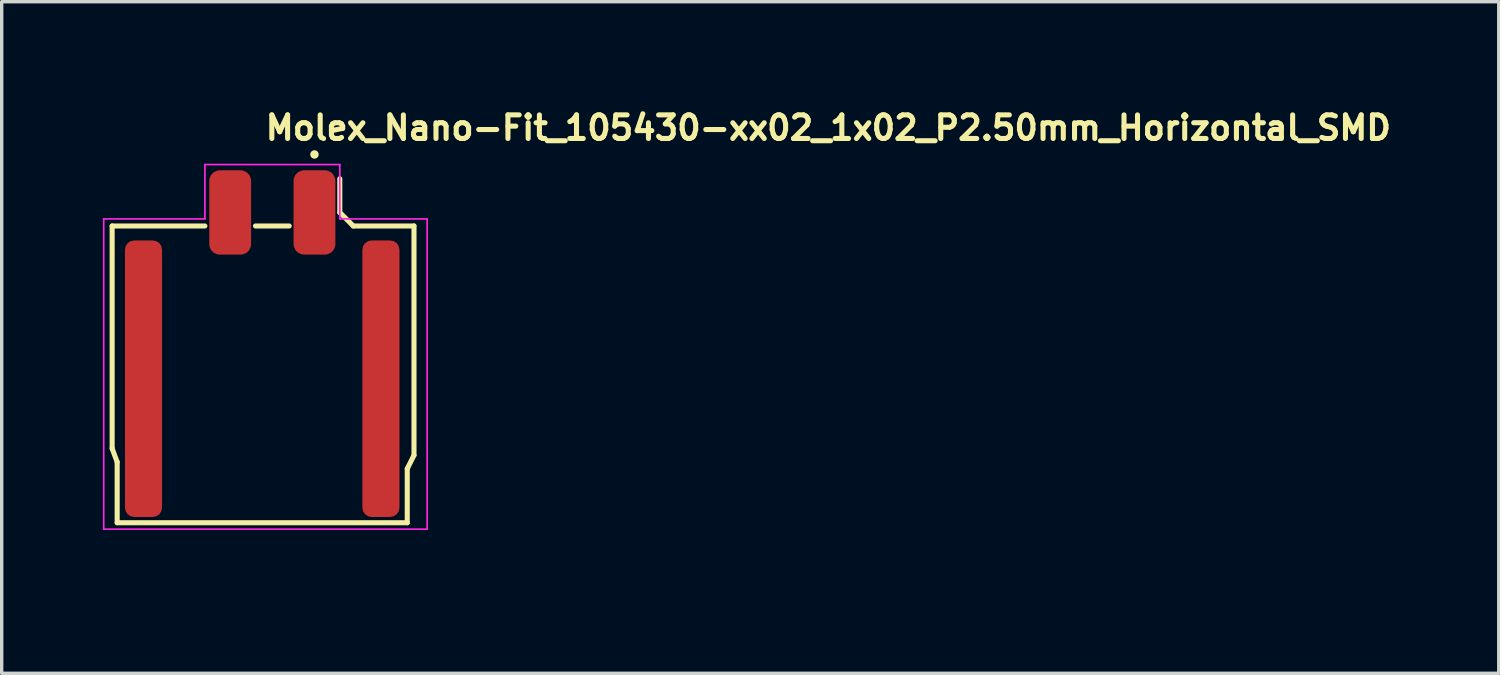
<source format=kicad_pcb>
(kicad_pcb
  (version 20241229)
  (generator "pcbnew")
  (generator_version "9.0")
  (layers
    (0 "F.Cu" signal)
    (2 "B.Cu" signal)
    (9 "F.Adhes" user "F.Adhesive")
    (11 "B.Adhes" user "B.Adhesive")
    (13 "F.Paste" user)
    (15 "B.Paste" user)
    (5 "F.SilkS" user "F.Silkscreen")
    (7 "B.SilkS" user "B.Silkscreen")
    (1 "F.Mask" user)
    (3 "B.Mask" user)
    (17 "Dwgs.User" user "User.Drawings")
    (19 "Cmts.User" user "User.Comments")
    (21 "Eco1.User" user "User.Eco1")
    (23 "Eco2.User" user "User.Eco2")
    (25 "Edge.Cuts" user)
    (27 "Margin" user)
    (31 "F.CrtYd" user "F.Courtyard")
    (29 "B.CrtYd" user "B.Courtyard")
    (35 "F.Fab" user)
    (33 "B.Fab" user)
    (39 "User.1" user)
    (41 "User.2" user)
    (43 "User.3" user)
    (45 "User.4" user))
  (footprint "Molex_Nano-Fit_105430-xx02_1x02_P2.50mm_Horizontal_SMD"
    (layer "F.Cu")
    (at 4.745 8.15)
    (property "Reference" "Molex_Nano-Fit_105430-xx02_1x02_P2.50mm_Horizontal_SMD" (at 0 -7 0) (layer "F.SilkS") (effects (font (size 0.7 0.7) (thickness 0.15)) (justify left bottom)))
    (attr smd)
    (fp_line (start -4.47 -4.5) (end -4.47 2.099) (stroke (width 0.15) (type solid)) (layer "F.SilkS"))
    (fp_line (start -4.47 2.099) (end -4.321 2.499) (stroke (width 0.15) (type solid)) (layer "F.SilkS"))
    (fp_line (start -4.321 2.499) (end -4.321 4.299) (stroke (width 0.15) (type solid)) (layer "F.SilkS"))
    (fp_line (start -4.321 4.299) (end 4.28 4.299) (stroke (width 0.15) (type solid)) (layer "F.SilkS"))
    (fp_line (start -1.72 -4.5) (end -4.47 -4.5) (stroke (width 0.15) (type solid)) (layer "F.SilkS"))
    (fp_line (start -0.22 -4.5) (end 0.78 -4.5) (stroke (width 0.15) (type solid)) (layer "F.SilkS"))
    (fp_line (start 2.28 -4.901) (end 2.28 -5.901) (stroke (width 0.15) (type solid)) (layer "F.SilkS"))
    (fp_line (start 2.28 -4.901) (end 2.68 -4.5) (stroke (width 0.15) (type solid)) (layer "F.SilkS"))
    (fp_line (start 4.28 2.698) (end 4.28 4.299) (stroke (width 0.15) (type solid)) (layer "F.SilkS"))
    (fp_line (start 4.48 -4.5) (end 2.68 -4.5) (stroke (width 0.15) (type solid)) (layer "F.SilkS"))
    (fp_line (start 4.48 2.298) (end 4.28 2.698) (stroke (width 0.15) (type solid)) (layer "F.SilkS"))
    (fp_line (start 4.48 2.298) (end 4.48 -4.5) (stroke (width 0.15) (type solid)) (layer "F.SilkS"))
    (fp_circle (center 1.529 -6.62) (end 1.579 -6.62) (stroke (width 0.15) (type solid)) (fill yes) (layer "F.SilkS"))
    (fp_line (start -4.72 -4.71) (end -1.72 -4.71) (stroke (width 0.05) (type solid)) (layer "F.CrtYd"))
    (fp_line (start -4.72 4.49) (end -4.72 -4.71) (stroke (width 0.05) (type solid)) (layer "F.CrtYd"))
    (fp_line (start -1.72 -4.71) (end -1.72 -6.32) (stroke (width 0.05) (type solid)) (layer "F.CrtYd"))
    (fp_line (start 2.28 -6.32) (end -1.72 -6.32) (stroke (width 0.05) (type solid)) (layer "F.CrtYd"))
    (fp_line (start 2.28 -6.32) (end 2.28 -4.71) (stroke (width 0.05) (type solid)) (layer "F.CrtYd"))
    (fp_line (start 2.28 -4.71) (end 4.87 -4.71) (stroke (width 0.05) (type solid)) (layer "F.CrtYd"))
    (fp_line (start 4.87 4.49) (end -4.72 4.49) (stroke (width 0.05) (type solid)) (layer "F.CrtYd"))
    (fp_line (start 4.87 4.49) (end 4.87 -4.71) (stroke (width 0.05) (type solid)) (layer "F.CrtYd"))
    (fp_rect (start -4.372 -5.715) (end 4.37 5.714) (stroke (width 0.1) (type solid)) (fill no) (layer "User.5"))
    (fp_line (start -4.372 -4.436) (end -4.372 2.253) (stroke (width 0.02) (type solid)) (layer "User.9"))
    (fp_line (start -4.372 2.253) (end -3.371 4.254) (stroke (width 0.02) (type solid)) (layer "User.9"))
    (fp_line (start -3.871 -4.436) (end -4.372 -4.436) (stroke (width 0.02) (type solid)) (layer "User.9"))
    (fp_line (start -3.871 -3.436) (end -3.871 -4.436) (stroke (width 0.02) (type solid)) (layer "User.9"))
    (fp_line (start -3.77 -4.436) (end -3.77 -4.287) (stroke (width 0.02) (type solid)) (layer "User.9"))
    (fp_line (start -3.77 -4.287) (end -3.77 -3.436) (stroke (width 0.02) (type solid)) (layer "User.9"))
    (fp_line (start -3.77 3.454) (end -3.77 3.704) (stroke (width 0.02) (type solid)) (layer "User.9"))
    (fp_line (start -3.77 3.704) (end -3.77 3.987) (stroke (width 0.02) (type solid)) (layer "User.9"))
    (fp_line (start -3.77 3.987) (end -3.77 3.987) (stroke (width 0.02) (type solid)) (layer "User.9"))
    (fp_line (start -3.77 3.987) (end -3.77 4.105) (stroke (width 0.02) (type solid)) (layer "User.9"))
    (fp_line (start -3.446 4.105) (end -3.77 4.105) (stroke (width 0.02) (type solid)) (layer "User.9"))
    (fp_line (start -3.446 4.105) (end -3.77 4.105) (stroke (width 0.02) (type solid)) (layer "User.9"))
    (fp_line (start -3.371 4.254) (end -2.701 4.254) (stroke (width 0.02) (type solid)) (layer "User.9"))
    (fp_line (start -3.27 -4.436) (end -3.77 -4.436) (stroke (width 0.02) (type solid)) (layer "User.9"))
    (fp_line (start -3.27 -4.436) (end -3.27 -4.287) (stroke (width 0.02) (type solid)) (layer "User.9"))
    (fp_line (start -3.27 -4.287) (end -3.77 -4.287) (stroke (width 0.02) (type solid)) (layer "User.9"))
    (fp_line (start -3.27 -4.287) (end -3.27 -3.436) (stroke (width 0.02) (type solid)) (layer "User.9"))
    (fp_line (start -3.17 -3.436) (end -3.871 -3.436) (stroke (width 0.02) (type solid)) (layer "User.9"))
    (fp_line (start -3.17 -3.436) (end -3.17 -4.436) (stroke (width 0.02) (type solid)) (layer "User.9"))
    (fp_line (start -2.5 -2.255) (end -2.5 -2.246) (stroke (width 0.02) (type solid)) (layer "User.9"))
    (fp_line (start -2.5 -2.255) (end -2.499 -2.266) (stroke (width 0.02) (type solid)) (layer "User.9"))
    (fp_line (start -2.5 -2.246) (end -2.5 -2.255) (stroke (width 0.02) (type solid)) (layer "User.9"))
    (fp_line (start -2.5 -2.246) (end -2.5 -2.237) (stroke (width 0.02) (type solid)) (layer "User.9"))
    (fp_line (start -2.5 -2.237) (end -2.5 -2.246) (stroke (width 0.02) (type solid)) (layer "User.9"))
    (fp_line (start -2.5 -2.237) (end -2.301 -2.237) (stroke (width 0.02) (type solid)) (layer "User.9"))
    (fp_line (start -2.5 4.254) (end -2.701 4.254) (stroke (width 0.02) (type solid)) (layer "User.9"))
    (fp_line (start -2.5 5.714) (end -2.5 -2.237) (stroke (width 0.02) (type solid)) (layer "User.9"))
    (fp_line (start -2.499 -2.266) (end -2.5 -2.255) (stroke (width 0.02) (type solid)) (layer "User.9"))
    (fp_line (start -2.499 -2.266) (end -2.497 -2.275) (stroke (width 0.02) (type solid)) (layer "User.9"))
    (fp_line (start -2.497 -2.275) (end -2.499 -2.266) (stroke (width 0.02) (type solid)) (layer "User.9"))
    (fp_line (start -2.497 -2.275) (end -2.495 -2.285) (stroke (width 0.02) (type solid)) (layer "User.9"))
    (fp_line (start -2.495 -2.285) (end -2.497 -2.275) (stroke (width 0.02) (type solid)) (layer "User.9"))
    (fp_line (start -2.495 -2.285) (end -2.492 -2.294) (stroke (width 0.02) (type solid)) (layer "User.9"))
    (fp_line (start -2.492 -2.294) (end -2.495 -2.285) (stroke (width 0.02) (type solid)) (layer "User.9"))
    (fp_line (start -2.492 -2.294) (end -2.489 -2.303) (stroke (width 0.02) (type solid)) (layer "User.9"))
    (fp_line (start -2.489 -2.303) (end -2.492 -2.294) (stroke (width 0.02) (type solid)) (layer "User.9"))
    (fp_line (start -2.489 -2.303) (end -2.485 -2.312) (stroke (width 0.02) (type solid)) (layer "User.9"))
    (fp_line (start -2.485 -2.312) (end -2.489 -2.303) (stroke (width 0.02) (type solid)) (layer "User.9"))
    (fp_line (start -2.485 -2.312) (end -2.481 -2.322) (stroke (width 0.02) (type solid)) (layer "User.9"))
    (fp_line (start -2.481 -2.322) (end -2.485 -2.312) (stroke (width 0.02) (type solid)) (layer "User.9"))
    (fp_line (start -2.481 -2.322) (end -2.477 -2.331) (stroke (width 0.02) (type solid)) (layer "User.9"))
    (fp_line (start -2.477 -2.331) (end -2.481 -2.322) (stroke (width 0.02) (type solid)) (layer "User.9"))
    (fp_line (start -2.477 -2.331) (end -2.472 -2.339) (stroke (width 0.02) (type solid)) (layer "User.9"))
    (fp_line (start -2.472 -2.339) (end -2.477 -2.331) (stroke (width 0.02) (type solid)) (layer "User.9"))
    (fp_line (start -2.472 -2.339) (end -2.468 -2.347) (stroke (width 0.02) (type solid)) (layer "User.9"))
    (fp_line (start -2.468 -2.347) (end -2.472 -2.339) (stroke (width 0.02) (type solid)) (layer "User.9"))
    (fp_line (start -2.468 -2.347) (end -2.461 -2.355) (stroke (width 0.02) (type solid)) (layer "User.9"))
    (fp_line (start -2.461 -2.355) (end -2.468 -2.347) (stroke (width 0.02) (type solid)) (layer "User.9"))
    (fp_line (start -2.461 -2.355) (end -2.456 -2.363) (stroke (width 0.02) (type solid)) (layer "User.9"))
    (fp_line (start -2.456 -2.363) (end -2.461 -2.355) (stroke (width 0.02) (type solid)) (layer "User.9"))
    (fp_line (start -2.456 -2.363) (end -2.449 -2.371) (stroke (width 0.02) (type solid)) (layer "User.9"))
    (fp_line (start -2.449 -2.371) (end -2.456 -2.363) (stroke (width 0.02) (type solid)) (layer "User.9"))
    (fp_line (start -2.449 -2.371) (end -2.443 -2.378) (stroke (width 0.02) (type solid)) (layer "User.9"))
    (fp_line (start -2.443 -2.378) (end -2.449 -2.371) (stroke (width 0.02) (type solid)) (layer "User.9"))
    (fp_line (start -2.443 -2.378) (end -2.443 -2.378) (stroke (width 0.02) (type solid)) (layer "User.9"))
    (fp_line (start -2.443 -2.378) (end -2.443 -2.378) (stroke (width 0.02) (type solid)) (layer "User.9"))
    (fp_line (start -2.443 -2.378) (end -2.436 -2.384) (stroke (width 0.02) (type solid)) (layer "User.9"))
    (fp_line (start -2.436 -2.384) (end -2.443 -2.378) (stroke (width 0.02) (type solid)) (layer "User.9"))
    (fp_line (start -2.436 -2.384) (end -2.427 -2.391) (stroke (width 0.02) (type solid)) (layer "User.9"))
    (fp_line (start -2.427 -2.391) (end -2.436 -2.384) (stroke (width 0.02) (type solid)) (layer "User.9"))
    (fp_line (start -2.427 -2.391) (end -2.419 -2.396) (stroke (width 0.02) (type solid)) (layer "User.9"))
    (fp_line (start -2.419 -2.396) (end -2.427 -2.391) (stroke (width 0.02) (type solid)) (layer "User.9"))
    (fp_line (start -2.419 -2.396) (end -2.411 -2.403) (stroke (width 0.02) (type solid)) (layer "User.9"))
    (fp_line (start -2.411 -2.403) (end -2.419 -2.396) (stroke (width 0.02) (type solid)) (layer "User.9"))
    (fp_line (start -2.411 -2.403) (end -2.403 -2.407) (stroke (width 0.02) (type solid)) (layer "User.9"))
    (fp_line (start -2.403 -2.407) (end -2.411 -2.403) (stroke (width 0.02) (type solid)) (layer "User.9"))
    (fp_line (start -2.403 -2.407) (end -2.395 -2.412) (stroke (width 0.02) (type solid)) (layer "User.9"))
    (fp_line (start -2.395 -2.412) (end -2.403 -2.407) (stroke (width 0.02) (type solid)) (layer "User.9"))
    (fp_line (start -2.395 -2.412) (end -2.387 -2.416) (stroke (width 0.02) (type solid)) (layer "User.9"))
    (fp_line (start -2.387 -2.416) (end -2.395 -2.412) (stroke (width 0.02) (type solid)) (layer "User.9"))
    (fp_line (start -2.387 -2.416) (end -2.378 -2.42) (stroke (width 0.02) (type solid)) (layer "User.9"))
    (fp_line (start -2.378 -2.42) (end -2.387 -2.416) (stroke (width 0.02) (type solid)) (layer "User.9"))
    (fp_line (start -2.378 -2.42) (end -2.368 -2.424) (stroke (width 0.02) (type solid)) (layer "User.9"))
    (fp_line (start -2.368 -2.424) (end -2.378 -2.42) (stroke (width 0.02) (type solid)) (layer "User.9"))
    (fp_line (start -2.368 -2.424) (end -2.359 -2.427) (stroke (width 0.02) (type solid)) (layer "User.9"))
    (fp_line (start -2.359 -2.427) (end -2.368 -2.424) (stroke (width 0.02) (type solid)) (layer "User.9"))
    (fp_line (start -2.359 -2.427) (end -2.35 -2.43) (stroke (width 0.02) (type solid)) (layer "User.9"))
    (fp_line (start -2.35 -2.43) (end -2.359 -2.427) (stroke (width 0.02) (type solid)) (layer "User.9"))
    (fp_line (start -2.35 -2.43) (end -2.34 -2.432) (stroke (width 0.02) (type solid)) (layer "User.9"))
    (fp_line (start -2.34 -2.432) (end -2.35 -2.43) (stroke (width 0.02) (type solid)) (layer "User.9"))
    (fp_line (start -2.34 -2.432) (end -2.331 -2.433) (stroke (width 0.02) (type solid)) (layer "User.9"))
    (fp_line (start -2.331 -2.433) (end -2.34 -2.432) (stroke (width 0.02) (type solid)) (layer "User.9"))
    (fp_line (start -2.331 -2.433) (end -2.32 -2.436) (stroke (width 0.02) (type solid)) (layer "User.9"))
    (fp_line (start -2.32 -2.436) (end -2.331 -2.433) (stroke (width 0.02) (type solid)) (layer "User.9"))
    (fp_line (start -2.32 -2.436) (end -2.311 -2.436) (stroke (width 0.02) (type solid)) (layer "User.9"))
    (fp_line (start -2.311 -2.436) (end -2.32 -2.436) (stroke (width 0.02) (type solid)) (layer "User.9"))
    (fp_line (start -2.311 -2.436) (end -2.301 -2.436) (stroke (width 0.02) (type solid)) (layer "User.9"))
    (fp_line (start -2.301 -2.436) (end -2.311 -2.436) (stroke (width 0.02) (type solid)) (layer "User.9"))
    (fp_line (start -2.301 5.714) (end -2.5 5.714) (stroke (width 0.02) (type solid)) (layer "User.9"))
    (fp_line (start -2.301 5.714) (end 2.899 5.714) (stroke (width 0.02) (type solid)) (layer "User.9"))
    (fp_line (start -2 -2.637) (end -2 -2.436) (stroke (width 0.02) (type solid)) (layer "User.9"))
    (fp_line (start -1.268 -5.516) (end -1.268 -5.715) (stroke (width 0.02) (type solid)) (layer "User.9"))
    (fp_line (start -1.268 -5.177) (end -1.268 -5.516) (stroke (width 0.02) (type solid)) (layer "User.9"))
    (fp_line (start -1.268 -4.827) (end -1.268 -5.177) (stroke (width 0.02) (type solid)) (layer "User.9"))
    (fp_line (start -1.268 -4.577) (end -1.268 -4.827) (stroke (width 0.02) (type solid)) (layer "User.9"))
    (fp_line (start -1.268 -4.436) (end -1.268 -4.577) (stroke (width 0.02) (type solid)) (layer "User.9"))
    (fp_line (start -0.633 -5.715) (end -1.268 -5.715) (stroke (width 0.02) (type solid)) (layer "User.9"))
    (fp_line (start -0.633 -5.516) (end -1.268 -5.516) (stroke (width 0.02) (type solid)) (layer "User.9"))
    (fp_line (start -0.633 -5.516) (end -0.633 -5.715) (stroke (width 0.02) (type solid)) (layer "User.9"))
    (fp_line (start -0.633 -5.177) (end -1.268 -5.177) (stroke (width 0.02) (type solid)) (layer "User.9"))
    (fp_line (start -0.633 -5.177) (end -0.633 -5.516) (stroke (width 0.02) (type solid)) (layer "User.9"))
    (fp_line (start -0.633 -4.827) (end -0.633 -5.177) (stroke (width 0.02) (type solid)) (layer "User.9"))
    (fp_line (start -0.633 -4.577) (end -1.268 -4.577) (stroke (width 0.02) (type solid)) (layer "User.9"))
    (fp_line (start -0.633 -4.577) (end -0.633 -4.827) (stroke (width 0.02) (type solid)) (layer "User.9"))
    (fp_line (start -0.633 -4.436) (end -0.633 -4.577) (stroke (width 0.02) (type solid)) (layer "User.9"))
    (fp_line (start 1.231 -5.516) (end 1.231 -5.715) (stroke (width 0.02) (type solid)) (layer "User.9"))
    (fp_line (start 1.231 -5.177) (end 1.231 -5.516) (stroke (width 0.02) (type solid)) (layer "User.9"))
    (fp_line (start 1.231 -4.827) (end 1.231 -5.177) (stroke (width 0.02) (type solid)) (layer "User.9"))
    (fp_line (start 1.231 -4.577) (end 1.231 -4.827) (stroke (width 0.02) (type solid)) (layer "User.9"))
    (fp_line (start 1.231 -4.436) (end 1.231 -4.577) (stroke (width 0.02) (type solid)) (layer "User.9"))
    (fp_line (start 1.866 -5.715) (end 1.231 -5.715) (stroke (width 0.02) (type solid)) (layer "User.9"))
    (fp_line (start 1.866 -5.516) (end 1.231 -5.516) (stroke (width 0.02) (type solid)) (layer "User.9"))
    (fp_line (start 1.866 -5.516) (end 1.866 -5.715) (stroke (width 0.02) (type solid)) (layer "User.9"))
    (fp_line (start 1.866 -5.177) (end 1.231 -5.177) (stroke (width 0.02) (type solid)) (layer "User.9"))
    (fp_line (start 1.866 -5.177) (end 1.866 -5.516) (stroke (width 0.02) (type solid)) (layer "User.9"))
    (fp_line (start 1.866 -4.827) (end 1.866 -5.177) (stroke (width 0.02) (type solid)) (layer "User.9"))
    (fp_line (start 1.866 -4.577) (end 1.231 -4.577) (stroke (width 0.02) (type solid)) (layer "User.9"))
    (fp_line (start 1.866 -4.577) (end 1.866 -4.827) (stroke (width 0.02) (type solid)) (layer "User.9"))
    (fp_line (start 1.866 -4.436) (end 1.866 -4.577) (stroke (width 0.02) (type solid)) (layer "User.9"))
    (fp_line (start 2.6 -2.436) (end 2.6 -2.637) (stroke (width 0.02) (type solid)) (layer "User.9"))
    (fp_line (start 2.899 -2.436) (end -2.301 -2.436) (stroke (width 0.02) (type solid)) (layer "User.9"))
    (fp_line (start 2.899 -2.436) (end 2.899 -2.237) (stroke (width 0.02) (type solid)) (layer "User.9"))
    (fp_line (start 2.899 -2.436) (end 2.909 -2.436) (stroke (width 0.02) (type solid)) (layer "User.9"))
    (fp_line (start 2.909 -2.436) (end 2.899 -2.436) (stroke (width 0.02) (type solid)) (layer "User.9"))
    (fp_line (start 2.909 -2.436) (end 2.918 -2.436) (stroke (width 0.02) (type solid)) (layer "User.9"))
    (fp_line (start 2.918 -2.436) (end 2.909 -2.436) (stroke (width 0.02) (type solid)) (layer "User.9"))
    (fp_line (start 2.918 -2.436) (end 2.929 -2.433) (stroke (width 0.02) (type solid)) (layer "User.9"))
    (fp_line (start 2.929 -2.433) (end 2.918 -2.436) (stroke (width 0.02) (type solid)) (layer "User.9"))
    (fp_line (start 2.929 -2.433) (end 2.938 -2.432) (stroke (width 0.02) (type solid)) (layer "User.9"))
    (fp_line (start 2.938 -2.432) (end 2.929 -2.433) (stroke (width 0.02) (type solid)) (layer "User.9"))
    (fp_line (start 2.938 -2.432) (end 2.947 -2.43) (stroke (width 0.02) (type solid)) (layer "User.9"))
    (fp_line (start 2.947 -2.43) (end 2.938 -2.432) (stroke (width 0.02) (type solid)) (layer "User.9"))
    (fp_line (start 2.947 -2.43) (end 2.958 -2.427) (stroke (width 0.02) (type solid)) (layer "User.9"))
    (fp_line (start 2.958 -2.427) (end 2.947 -2.43) (stroke (width 0.02) (type solid)) (layer "User.9"))
    (fp_line (start 2.958 -2.427) (end 2.967 -2.424) (stroke (width 0.02) (type solid)) (layer "User.9"))
    (fp_line (start 2.967 -2.424) (end 2.958 -2.427) (stroke (width 0.02) (type solid)) (layer "User.9"))
    (fp_line (start 2.967 -2.424) (end 2.975 -2.42) (stroke (width 0.02) (type solid)) (layer "User.9"))
    (fp_line (start 2.975 -2.42) (end 2.967 -2.424) (stroke (width 0.02) (type solid)) (layer "User.9"))
    (fp_line (start 2.975 -2.42) (end 2.984 -2.416) (stroke (width 0.02) (type solid)) (layer "User.9"))
    (fp_line (start 2.984 -2.416) (end 2.975 -2.42) (stroke (width 0.02) (type solid)) (layer "User.9"))
    (fp_line (start 2.984 -2.416) (end 2.994 -2.412) (stroke (width 0.02) (type solid)) (layer "User.9"))
    (fp_line (start 2.994 -2.412) (end 2.984 -2.416) (stroke (width 0.02) (type solid)) (layer "User.9"))
    (fp_line (start 2.994 -2.412) (end 3.002 -2.407) (stroke (width 0.02) (type solid)) (layer "User.9"))
    (fp_line (start 3.002 -2.407) (end 2.994 -2.412) (stroke (width 0.02) (type solid)) (layer "User.9"))
    (fp_line (start 3.002 -2.407) (end 3.01 -2.403) (stroke (width 0.02) (type solid)) (layer "User.9"))
    (fp_line (start 3.01 -2.403) (end 3.002 -2.407) (stroke (width 0.02) (type solid)) (layer "User.9"))
    (fp_line (start 3.01 -2.403) (end 3.018 -2.396) (stroke (width 0.02) (type solid)) (layer "User.9"))
    (fp_line (start 3.018 -2.396) (end 3.01 -2.403) (stroke (width 0.02) (type solid)) (layer "User.9"))
    (fp_line (start 3.018 -2.396) (end 3.026 -2.391) (stroke (width 0.02) (type solid)) (layer "User.9"))
    (fp_line (start 3.026 -2.391) (end 3.018 -2.396) (stroke (width 0.02) (type solid)) (layer "User.9"))
    (fp_line (start 3.026 -2.391) (end 3.034 -2.384) (stroke (width 0.02) (type solid)) (layer "User.9"))
    (fp_line (start 3.034 -2.384) (end 3.026 -2.391) (stroke (width 0.02) (type solid)) (layer "User.9"))
    (fp_line (start 3.034 -2.384) (end 3.04 -2.378) (stroke (width 0.02) (type solid)) (layer "User.9"))
    (fp_line (start 3.04 -2.378) (end 3.034 -2.384) (stroke (width 0.02) (type solid)) (layer "User.9"))
    (fp_line (start 3.04 -2.378) (end 3.04 -2.378) (stroke (width 0.02) (type solid)) (layer "User.9"))
    (fp_line (start 3.04 -2.378) (end 3.04 -2.378) (stroke (width 0.02) (type solid)) (layer "User.9"))
    (fp_line (start 3.04 -2.378) (end 3.047 -2.371) (stroke (width 0.02) (type solid)) (layer "User.9"))
    (fp_line (start 3.047 -2.371) (end 3.04 -2.378) (stroke (width 0.02) (type solid)) (layer "User.9"))
    (fp_line (start 3.047 -2.371) (end 3.054 -2.363) (stroke (width 0.02) (type solid)) (layer "User.9"))
    (fp_line (start 3.054 -2.363) (end 3.047 -2.371) (stroke (width 0.02) (type solid)) (layer "User.9"))
    (fp_line (start 3.054 -2.363) (end 3.059 -2.355) (stroke (width 0.02) (type solid)) (layer "User.9"))
    (fp_line (start 3.059 -2.355) (end 3.054 -2.363) (stroke (width 0.02) (type solid)) (layer "User.9"))
    (fp_line (start 3.059 -2.355) (end 3.066 -2.347) (stroke (width 0.02) (type solid)) (layer "User.9"))
    (fp_line (start 3.066 -2.347) (end 3.059 -2.355) (stroke (width 0.02) (type solid)) (layer "User.9"))
    (fp_line (start 3.066 -2.347) (end 3.071 -2.339) (stroke (width 0.02) (type solid)) (layer "User.9"))
    (fp_line (start 3.071 -2.339) (end 3.066 -2.347) (stroke (width 0.02) (type solid)) (layer "User.9"))
    (fp_line (start 3.071 -2.339) (end 3.076 -2.331) (stroke (width 0.02) (type solid)) (layer "User.9"))
    (fp_line (start 3.076 -2.331) (end 3.071 -2.339) (stroke (width 0.02) (type solid)) (layer "User.9"))
    (fp_line (start 3.076 -2.331) (end 3.08 -2.322) (stroke (width 0.02) (type solid)) (layer "User.9"))
    (fp_line (start 3.08 -2.322) (end 3.076 -2.331) (stroke (width 0.02) (type solid)) (layer "User.9"))
    (fp_line (start 3.08 -2.322) (end 3.084 -2.312) (stroke (width 0.02) (type solid)) (layer "User.9"))
    (fp_line (start 3.084 -2.312) (end 3.08 -2.322) (stroke (width 0.02) (type solid)) (layer "User.9"))
    (fp_line (start 3.084 -2.312) (end 3.088 -2.303) (stroke (width 0.02) (type solid)) (layer "User.9"))
    (fp_line (start 3.088 -2.303) (end 3.084 -2.312) (stroke (width 0.02) (type solid)) (layer "User.9"))
    (fp_line (start 3.088 -2.303) (end 3.091 -2.294) (stroke (width 0.02) (type solid)) (layer "User.9"))
    (fp_line (start 3.091 -2.294) (end 3.088 -2.303) (stroke (width 0.02) (type solid)) (layer "User.9"))
    (fp_line (start 3.091 -2.294) (end 3.092 -2.285) (stroke (width 0.02) (type solid)) (layer "User.9"))
    (fp_line (start 3.092 -2.285) (end 3.091 -2.294) (stroke (width 0.02) (type solid)) (layer "User.9"))
    (fp_line (start 3.092 -2.285) (end 3.096 -2.275) (stroke (width 0.02) (type solid)) (layer "User.9"))
    (fp_line (start 3.096 -2.275) (end 3.092 -2.285) (stroke (width 0.02) (type solid)) (layer "User.9"))
    (fp_line (start 3.096 -2.275) (end 3.096 -2.266) (stroke (width 0.02) (type solid)) (layer "User.9"))
    (fp_line (start 3.096 -2.266) (end 3.096 -2.275) (stroke (width 0.02) (type solid)) (layer "User.9"))
    (fp_line (start 3.096 -2.266) (end 3.099 -2.255) (stroke (width 0.02) (type solid)) (layer "User.9"))
    (fp_line (start 3.099 -2.255) (end 3.096 -2.266) (stroke (width 0.02) (type solid)) (layer "User.9"))
    (fp_line (start 3.099 -2.255) (end 3.099 -2.246) (stroke (width 0.02) (type solid)) (layer "User.9"))
    (fp_line (start 3.099 -2.246) (end 3.099 -2.255) (stroke (width 0.02) (type solid)) (layer "User.9"))
    (fp_line (start 3.099 -2.246) (end 3.1 -2.237) (stroke (width 0.02) (type solid)) (layer "User.9"))
    (fp_line (start 3.1 -2.237) (end 3.099 -2.246) (stroke (width 0.02) (type solid)) (layer "User.9"))
    (fp_line (start 3.1 -2.237) (end 3.1 5.714) (stroke (width 0.02) (type solid)) (layer "User.9"))
    (fp_line (start 3.1 5.714) (end 2.899 5.714) (stroke (width 0.02) (type solid)) (layer "User.9"))
    (fp_line (start 3.169 -4.436) (end -3.17 -4.436) (stroke (width 0.02) (type solid)) (layer "User.9"))
    (fp_line (start 3.169 -3.436) (end 3.169 -4.436) (stroke (width 0.02) (type solid)) (layer "User.9"))
    (fp_line (start 3.169 -3.436) (end 3.87 -3.436) (stroke (width 0.02) (type solid)) (layer "User.9"))
    (fp_line (start 3.269 -4.436) (end 3.269 -4.287) (stroke (width 0.02) (type solid)) (layer "User.9"))
    (fp_line (start 3.269 -4.436) (end 3.769 -4.436) (stroke (width 0.02) (type solid)) (layer "User.9"))
    (fp_line (start 3.269 -4.287) (end 3.269 -3.436) (stroke (width 0.02) (type solid)) (layer "User.9"))
    (fp_line (start 3.269 -4.287) (end 3.769 -4.287) (stroke (width 0.02) (type solid)) (layer "User.9"))
    (fp_line (start 3.3 4.254) (end 3.1 4.254) (stroke (width 0.02) (type solid)) (layer "User.9"))
    (fp_line (start 3.3 4.254) (end 3.37 4.254) (stroke (width 0.02) (type solid)) (layer "User.9"))
    (fp_line (start 3.37 4.254) (end 4.37 2.253) (stroke (width 0.02) (type solid)) (layer "User.9"))
    (fp_line (start 3.445 4.105) (end 3.769 4.105) (stroke (width 0.02) (type solid)) (layer "User.9"))
    (fp_line (start 3.445 4.105) (end 3.769 4.105) (stroke (width 0.02) (type solid)) (layer "User.9"))
    (fp_line (start 3.769 -4.436) (end 3.769 -4.287) (stroke (width 0.02) (type solid)) (layer "User.9"))
    (fp_line (start 3.769 -4.287) (end 3.769 -3.436) (stroke (width 0.02) (type solid)) (layer "User.9"))
    (fp_line (start 3.769 3.454) (end 3.769 3.704) (stroke (width 0.02) (type solid)) (layer "User.9"))
    (fp_line (start 3.769 3.704) (end 3.769 3.987) (stroke (width 0.02) (type solid)) (layer "User.9"))
    (fp_line (start 3.769 3.987) (end 3.769 3.987) (stroke (width 0.02) (type solid)) (layer "User.9"))
    (fp_line (start 3.769 3.987) (end 3.769 4.105) (stroke (width 0.02) (type solid)) (layer "User.9"))
    (fp_line (start 3.87 -3.436) (end 3.87 -4.436) (stroke (width 0.02) (type solid)) (layer "User.9"))
    (fp_line (start 4.37 -4.436) (end 3.87 -4.436) (stroke (width 0.02) (type solid)) (layer "User.9"))
    (fp_line (start 4.37 2.253) (end 4.37 -4.436) (stroke (width 0.02) (type solid)) (layer "User.9"))
    (pad "1" smd roundrect (at 1.529 -4.901 90) (size 2.5 1.24) (layers "F.Cu" "F.Mask" "F.Paste") (roundrect_rratio 0.25))
    (pad "2" smd roundrect (at -0.97 -4.901 90) (size 2.5 1.24) (layers "F.Cu" "F.Mask" "F.Paste") (roundrect_rratio 0.25))
    (pad "MP" smd roundrect (at -3.54 0.029) (size 1.1 8.2) (layers "F.Cu" "F.Mask" "F.Paste") (roundrect_rratio 0.25))
    (pad "MP" smd roundrect (at 3.499 0.029) (size 1.1 8.2) (layers "F.Cu" "F.Mask" "F.Paste") (roundrect_rratio 0.25)))
  (gr_rect
    (start -3 -3)
    (end 41.388 16.914)
    (stroke (width 0.1) (type default))
    (fill no)
    (layer "Edge.Cuts")))
</source>
